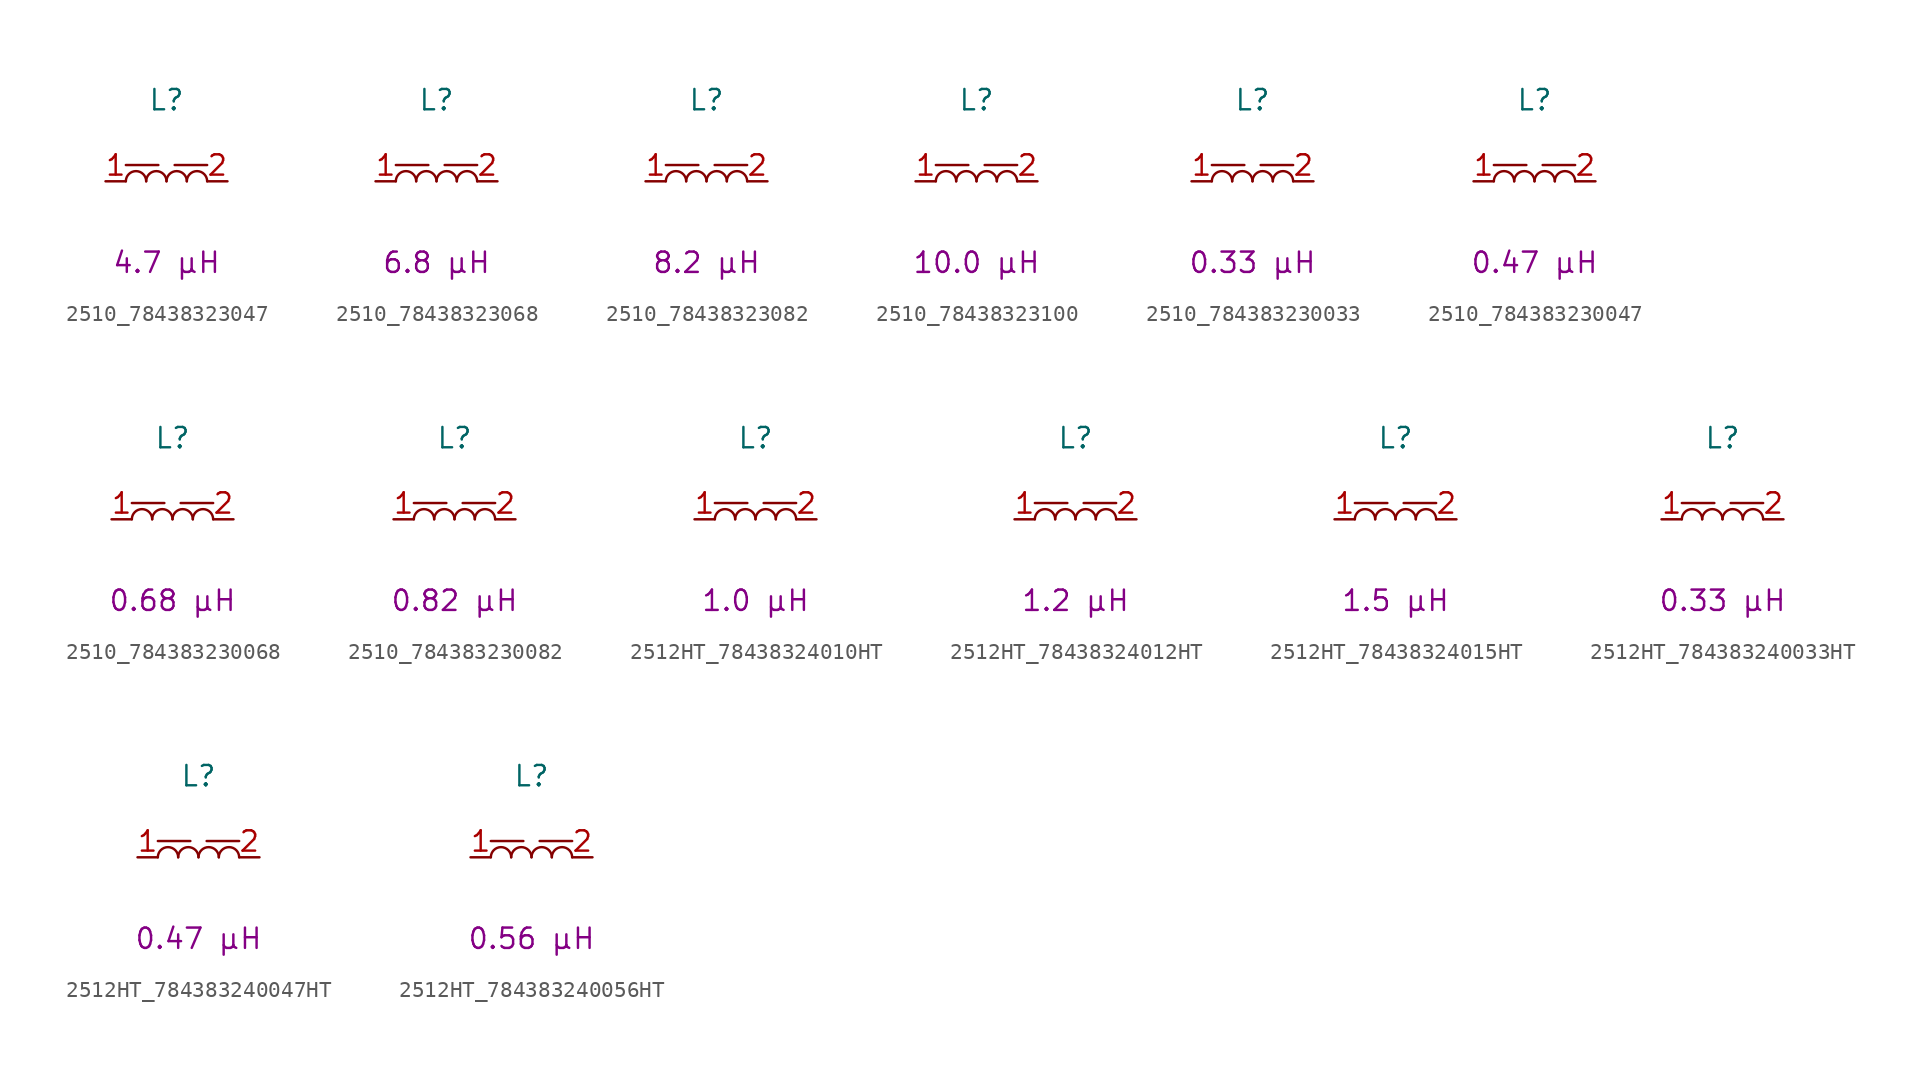
<source format=kicad_sym>
(kicad_symbol_lib
  (version 20220914)
  (generator kicad_symbol_editor)
  (symbol "2510_78438323047"
    (pin_names hide)
    (property "Reference" "L"
      (at 0 5.08 0)
      (effects (font (size 1.27 1.27))))
    (property "Critical Parameter" "4.7 µH"
      (at 0 -5.08 0)
      (effects (font (size 1.27 1.27))))
    (symbol "2510_78438323047_0_1"
      (arc (start -1.27 0) (mid -1.905 0.6323) (end -2.54 0) (stroke (width 0) (type default)) (fill (type none)))
      (arc (start 0 0) (mid -0.635 0.6323) (end -1.27 0) (stroke (width 0) (type default)) (fill (type none)))
      (polyline (pts (xy -2.54 1.016) (xy -0.508 1.016)) (stroke (width 0) (type default)) (fill (type none)))
      (arc (start 1.27 0) (mid 0.635 0.6323) (end 0 0) (stroke (width 0) (type default)) (fill (type none)))
      (arc (start 2.54 0) (mid 1.905 0.6323) (end 1.27 0) (stroke (width 0) (type default)) (fill (type none))))
    (symbol "2510_78438323047_1_1"
      (polyline (pts (xy 2.54 1.016) (xy 0.508 1.016)) (stroke (width 0) (type default)) (fill (type none)))
      (pin passive line (at -3.81 0 0) (length 1.27) (name "1" (effects (font (size 1.27 1.27)))) (number "1" (effects (font (size 1.27 1.27)))))
      (pin passive line (at 3.81 0 180) (length 1.27) (name "2" (effects (font (size 1.27 1.27)))) (number "2" (effects (font (size 1.27 1.27)))))))
  (symbol "2510_78438323068"
    (pin_names hide)
    (property "Reference" "L"
      (at 0 5.08 0)
      (effects (font (size 1.27 1.27))))
    (property "Critical Parameter" "6.8 µH"
      (at 0 -5.08 0)
      (effects (font (size 1.27 1.27))))
    (symbol "2510_78438323068_0_1"
      (arc (start -1.27 0) (mid -1.905 0.6323) (end -2.54 0) (stroke (width 0) (type default)) (fill (type none)))
      (arc (start 0 0) (mid -0.635 0.6323) (end -1.27 0) (stroke (width 0) (type default)) (fill (type none)))
      (polyline (pts (xy -2.54 1.016) (xy -0.508 1.016)) (stroke (width 0) (type default)) (fill (type none)))
      (arc (start 1.27 0) (mid 0.635 0.6323) (end 0 0) (stroke (width 0) (type default)) (fill (type none)))
      (arc (start 2.54 0) (mid 1.905 0.6323) (end 1.27 0) (stroke (width 0) (type default)) (fill (type none))))
    (symbol "2510_78438323068_1_1"
      (polyline (pts (xy 2.54 1.016) (xy 0.508 1.016)) (stroke (width 0) (type default)) (fill (type none)))
      (pin passive line (at -3.81 0 0) (length 1.27) (name "1" (effects (font (size 1.27 1.27)))) (number "1" (effects (font (size 1.27 1.27)))))
      (pin passive line (at 3.81 0 180) (length 1.27) (name "2" (effects (font (size 1.27 1.27)))) (number "2" (effects (font (size 1.27 1.27)))))))
  (symbol "2510_78438323082"
    (pin_names hide)
    (property "Reference" "L"
      (at 0 5.08 0)
      (effects (font (size 1.27 1.27))))
    (property "Critical Parameter" "8.2 µH"
      (at 0 -5.08 0)
      (effects (font (size 1.27 1.27))))
    (symbol "2510_78438323082_0_1"
      (arc (start -1.27 0) (mid -1.905 0.6323) (end -2.54 0) (stroke (width 0) (type default)) (fill (type none)))
      (arc (start 0 0) (mid -0.635 0.6323) (end -1.27 0) (stroke (width 0) (type default)) (fill (type none)))
      (polyline (pts (xy -2.54 1.016) (xy -0.508 1.016)) (stroke (width 0) (type default)) (fill (type none)))
      (arc (start 1.27 0) (mid 0.635 0.6323) (end 0 0) (stroke (width 0) (type default)) (fill (type none)))
      (arc (start 2.54 0) (mid 1.905 0.6323) (end 1.27 0) (stroke (width 0) (type default)) (fill (type none))))
    (symbol "2510_78438323082_1_1"
      (polyline (pts (xy 2.54 1.016) (xy 0.508 1.016)) (stroke (width 0) (type default)) (fill (type none)))
      (pin passive line (at -3.81 0 0) (length 1.27) (name "1" (effects (font (size 1.27 1.27)))) (number "1" (effects (font (size 1.27 1.27)))))
      (pin passive line (at 3.81 0 180) (length 1.27) (name "2" (effects (font (size 1.27 1.27)))) (number "2" (effects (font (size 1.27 1.27)))))))
  (symbol "2510_78438323100"
    (pin_names hide)
    (property "Reference" "L"
      (at 0 5.08 0)
      (effects (font (size 1.27 1.27))))
    (property "Critical Parameter" "10.0 µH"
      (at 0 -5.08 0)
      (effects (font (size 1.27 1.27))))
    (symbol "2510_78438323100_0_1"
      (arc (start -1.27 0) (mid -1.905 0.6323) (end -2.54 0) (stroke (width 0) (type default)) (fill (type none)))
      (arc (start 0 0) (mid -0.635 0.6323) (end -1.27 0) (stroke (width 0) (type default)) (fill (type none)))
      (polyline (pts (xy -2.54 1.016) (xy -0.508 1.016)) (stroke (width 0) (type default)) (fill (type none)))
      (arc (start 1.27 0) (mid 0.635 0.6323) (end 0 0) (stroke (width 0) (type default)) (fill (type none)))
      (arc (start 2.54 0) (mid 1.905 0.6323) (end 1.27 0) (stroke (width 0) (type default)) (fill (type none))))
    (symbol "2510_78438323100_1_1"
      (polyline (pts (xy 2.54 1.016) (xy 0.508 1.016)) (stroke (width 0) (type default)) (fill (type none)))
      (pin passive line (at -3.81 0 0) (length 1.27) (name "1" (effects (font (size 1.27 1.27)))) (number "1" (effects (font (size 1.27 1.27)))))
      (pin passive line (at 3.81 0 180) (length 1.27) (name "2" (effects (font (size 1.27 1.27)))) (number "2" (effects (font (size 1.27 1.27)))))))
  (symbol "2510_784383230033"
    (pin_names hide)
    (property "Reference" "L"
      (at 0 5.08 0)
      (effects (font (size 1.27 1.27))))
    (property "Critical Parameter" "0.33 µH"
      (at 0 -5.08 0)
      (effects (font (size 1.27 1.27))))
    (symbol "2510_784383230033_0_1"
      (arc (start -1.27 0) (mid -1.905 0.6323) (end -2.54 0) (stroke (width 0) (type default)) (fill (type none)))
      (arc (start 0 0) (mid -0.635 0.6323) (end -1.27 0) (stroke (width 0) (type default)) (fill (type none)))
      (polyline (pts (xy -2.54 1.016) (xy -0.508 1.016)) (stroke (width 0) (type default)) (fill (type none)))
      (arc (start 1.27 0) (mid 0.635 0.6323) (end 0 0) (stroke (width 0) (type default)) (fill (type none)))
      (arc (start 2.54 0) (mid 1.905 0.6323) (end 1.27 0) (stroke (width 0) (type default)) (fill (type none))))
    (symbol "2510_784383230033_1_1"
      (polyline (pts (xy 2.54 1.016) (xy 0.508 1.016)) (stroke (width 0) (type default)) (fill (type none)))
      (pin passive line (at -3.81 0 0) (length 1.27) (name "1" (effects (font (size 1.27 1.27)))) (number "1" (effects (font (size 1.27 1.27)))))
      (pin passive line (at 3.81 0 180) (length 1.27) (name "2" (effects (font (size 1.27 1.27)))) (number "2" (effects (font (size 1.27 1.27)))))))
  (symbol "2510_784383230047"
    (pin_names hide)
    (property "Reference" "L"
      (at 0 5.08 0)
      (effects (font (size 1.27 1.27))))
    (property "Critical Parameter" "0.47 µH"
      (at 0 -5.08 0)
      (effects (font (size 1.27 1.27))))
    (symbol "2510_784383230047_0_1"
      (arc (start -1.27 0) (mid -1.905 0.6323) (end -2.54 0) (stroke (width 0) (type default)) (fill (type none)))
      (arc (start 0 0) (mid -0.635 0.6323) (end -1.27 0) (stroke (width 0) (type default)) (fill (type none)))
      (polyline (pts (xy -2.54 1.016) (xy -0.508 1.016)) (stroke (width 0) (type default)) (fill (type none)))
      (arc (start 1.27 0) (mid 0.635 0.6323) (end 0 0) (stroke (width 0) (type default)) (fill (type none)))
      (arc (start 2.54 0) (mid 1.905 0.6323) (end 1.27 0) (stroke (width 0) (type default)) (fill (type none))))
    (symbol "2510_784383230047_1_1"
      (polyline (pts (xy 2.54 1.016) (xy 0.508 1.016)) (stroke (width 0) (type default)) (fill (type none)))
      (pin passive line (at -3.81 0 0) (length 1.27) (name "1" (effects (font (size 1.27 1.27)))) (number "1" (effects (font (size 1.27 1.27)))))
      (pin passive line (at 3.81 0 180) (length 1.27) (name "2" (effects (font (size 1.27 1.27)))) (number "2" (effects (font (size 1.27 1.27)))))))
  (symbol "2510_784383230068"
    (pin_names hide)
    (property "Reference" "L"
      (at 0 5.08 0)
      (effects (font (size 1.27 1.27))))
    (property "Critical Parameter" "0.68 µH"
      (at 0 -5.08 0)
      (effects (font (size 1.27 1.27))))
    (symbol "2510_784383230068_0_1"
      (arc (start -1.27 0) (mid -1.905 0.6323) (end -2.54 0) (stroke (width 0) (type default)) (fill (type none)))
      (arc (start 0 0) (mid -0.635 0.6323) (end -1.27 0) (stroke (width 0) (type default)) (fill (type none)))
      (polyline (pts (xy -2.54 1.016) (xy -0.508 1.016)) (stroke (width 0) (type default)) (fill (type none)))
      (arc (start 1.27 0) (mid 0.635 0.6323) (end 0 0) (stroke (width 0) (type default)) (fill (type none)))
      (arc (start 2.54 0) (mid 1.905 0.6323) (end 1.27 0) (stroke (width 0) (type default)) (fill (type none))))
    (symbol "2510_784383230068_1_1"
      (polyline (pts (xy 2.54 1.016) (xy 0.508 1.016)) (stroke (width 0) (type default)) (fill (type none)))
      (pin passive line (at -3.81 0 0) (length 1.27) (name "1" (effects (font (size 1.27 1.27)))) (number "1" (effects (font (size 1.27 1.27)))))
      (pin passive line (at 3.81 0 180) (length 1.27) (name "2" (effects (font (size 1.27 1.27)))) (number "2" (effects (font (size 1.27 1.27)))))))
  (symbol "2510_784383230082"
    (pin_names hide)
    (property "Reference" "L"
      (at 0 5.08 0)
      (effects (font (size 1.27 1.27))))
    (property "Critical Parameter" "0.82 µH"
      (at 0 -5.08 0)
      (effects (font (size 1.27 1.27))))
    (symbol "2510_784383230082_0_1"
      (arc (start -1.27 0) (mid -1.905 0.6323) (end -2.54 0) (stroke (width 0) (type default)) (fill (type none)))
      (arc (start 0 0) (mid -0.635 0.6323) (end -1.27 0) (stroke (width 0) (type default)) (fill (type none)))
      (polyline (pts (xy -2.54 1.016) (xy -0.508 1.016)) (stroke (width 0) (type default)) (fill (type none)))
      (arc (start 1.27 0) (mid 0.635 0.6323) (end 0 0) (stroke (width 0) (type default)) (fill (type none)))
      (arc (start 2.54 0) (mid 1.905 0.6323) (end 1.27 0) (stroke (width 0) (type default)) (fill (type none))))
    (symbol "2510_784383230082_1_1"
      (polyline (pts (xy 2.54 1.016) (xy 0.508 1.016)) (stroke (width 0) (type default)) (fill (type none)))
      (pin passive line (at -3.81 0 0) (length 1.27) (name "1" (effects (font (size 1.27 1.27)))) (number "1" (effects (font (size 1.27 1.27)))))
      (pin passive line (at 3.81 0 180) (length 1.27) (name "2" (effects (font (size 1.27 1.27)))) (number "2" (effects (font (size 1.27 1.27)))))))
  (symbol "2512HT_78438324010HT"
    (pin_names hide)
    (property "Reference" "L"
      (at 0 5.08 0)
      (effects (font (size 1.27 1.27))))
    (property "Critical Parameter" "1.0 µH"
      (at 0 -5.08 0)
      (effects (font (size 1.27 1.27))))
    (symbol "2512HT_78438324010HT_0_1"
      (arc (start -1.27 0) (mid -1.905 0.6323) (end -2.54 0) (stroke (width 0) (type default)) (fill (type none)))
      (arc (start 0 0) (mid -0.635 0.6323) (end -1.27 0) (stroke (width 0) (type default)) (fill (type none)))
      (polyline (pts (xy -2.54 1.016) (xy -0.508 1.016)) (stroke (width 0) (type default)) (fill (type none)))
      (arc (start 1.27 0) (mid 0.635 0.6323) (end 0 0) (stroke (width 0) (type default)) (fill (type none)))
      (arc (start 2.54 0) (mid 1.905 0.6323) (end 1.27 0) (stroke (width 0) (type default)) (fill (type none))))
    (symbol "2512HT_78438324010HT_1_1"
      (polyline (pts (xy 2.54 1.016) (xy 0.508 1.016)) (stroke (width 0) (type default)) (fill (type none)))
      (pin passive line (at -3.81 0 0) (length 1.27) (name "1" (effects (font (size 1.27 1.27)))) (number "1" (effects (font (size 1.27 1.27)))))
      (pin passive line (at 3.81 0 180) (length 1.27) (name "2" (effects (font (size 1.27 1.27)))) (number "2" (effects (font (size 1.27 1.27)))))))
  (symbol "2512HT_78438324012HT"
    (pin_names hide)
    (property "Reference" "L"
      (at 0 5.08 0)
      (effects (font (size 1.27 1.27))))
    (property "Critical Parameter" "1.2 µH"
      (at 0 -5.08 0)
      (effects (font (size 1.27 1.27))))
    (symbol "2512HT_78438324012HT_0_1"
      (arc (start -1.27 0) (mid -1.905 0.6323) (end -2.54 0) (stroke (width 0) (type default)) (fill (type none)))
      (arc (start 0 0) (mid -0.635 0.6323) (end -1.27 0) (stroke (width 0) (type default)) (fill (type none)))
      (polyline (pts (xy -2.54 1.016) (xy -0.508 1.016)) (stroke (width 0) (type default)) (fill (type none)))
      (arc (start 1.27 0) (mid 0.635 0.6323) (end 0 0) (stroke (width 0) (type default)) (fill (type none)))
      (arc (start 2.54 0) (mid 1.905 0.6323) (end 1.27 0) (stroke (width 0) (type default)) (fill (type none))))
    (symbol "2512HT_78438324012HT_1_1"
      (polyline (pts (xy 2.54 1.016) (xy 0.508 1.016)) (stroke (width 0) (type default)) (fill (type none)))
      (pin passive line (at -3.81 0 0) (length 1.27) (name "1" (effects (font (size 1.27 1.27)))) (number "1" (effects (font (size 1.27 1.27)))))
      (pin passive line (at 3.81 0 180) (length 1.27) (name "2" (effects (font (size 1.27 1.27)))) (number "2" (effects (font (size 1.27 1.27)))))))
  (symbol "2512HT_78438324015HT"
    (pin_names hide)
    (property "Reference" "L"
      (at 0 5.08 0)
      (effects (font (size 1.27 1.27))))
    (property "Critical Parameter" "1.5 µH"
      (at 0 -5.08 0)
      (effects (font (size 1.27 1.27))))
    (symbol "2512HT_78438324015HT_0_1"
      (arc (start -1.27 0) (mid -1.905 0.6323) (end -2.54 0) (stroke (width 0) (type default)) (fill (type none)))
      (arc (start 0 0) (mid -0.635 0.6323) (end -1.27 0) (stroke (width 0) (type default)) (fill (type none)))
      (polyline (pts (xy -2.54 1.016) (xy -0.508 1.016)) (stroke (width 0) (type default)) (fill (type none)))
      (arc (start 1.27 0) (mid 0.635 0.6323) (end 0 0) (stroke (width 0) (type default)) (fill (type none)))
      (arc (start 2.54 0) (mid 1.905 0.6323) (end 1.27 0) (stroke (width 0) (type default)) (fill (type none))))
    (symbol "2512HT_78438324015HT_1_1"
      (polyline (pts (xy 2.54 1.016) (xy 0.508 1.016)) (stroke (width 0) (type default)) (fill (type none)))
      (pin passive line (at -3.81 0 0) (length 1.27) (name "1" (effects (font (size 1.27 1.27)))) (number "1" (effects (font (size 1.27 1.27)))))
      (pin passive line (at 3.81 0 180) (length 1.27) (name "2" (effects (font (size 1.27 1.27)))) (number "2" (effects (font (size 1.27 1.27)))))))
  (symbol "2512HT_784383240033HT"
    (pin_names hide)
    (property "Reference" "L"
      (at 0 5.08 0)
      (effects (font (size 1.27 1.27))))
    (property "Critical Parameter" "0.33 µH"
      (at 0 -5.08 0)
      (effects (font (size 1.27 1.27))))
    (symbol "2512HT_784383240033HT_0_1"
      (arc (start -1.27 0) (mid -1.905 0.6323) (end -2.54 0) (stroke (width 0) (type default)) (fill (type none)))
      (arc (start 0 0) (mid -0.635 0.6323) (end -1.27 0) (stroke (width 0) (type default)) (fill (type none)))
      (polyline (pts (xy -2.54 1.016) (xy -0.508 1.016)) (stroke (width 0) (type default)) (fill (type none)))
      (arc (start 1.27 0) (mid 0.635 0.6323) (end 0 0) (stroke (width 0) (type default)) (fill (type none)))
      (arc (start 2.54 0) (mid 1.905 0.6323) (end 1.27 0) (stroke (width 0) (type default)) (fill (type none))))
    (symbol "2512HT_784383240033HT_1_1"
      (polyline (pts (xy 2.54 1.016) (xy 0.508 1.016)) (stroke (width 0) (type default)) (fill (type none)))
      (pin passive line (at -3.81 0 0) (length 1.27) (name "1" (effects (font (size 1.27 1.27)))) (number "1" (effects (font (size 1.27 1.27)))))
      (pin passive line (at 3.81 0 180) (length 1.27) (name "2" (effects (font (size 1.27 1.27)))) (number "2" (effects (font (size 1.27 1.27)))))))
  (symbol "2512HT_784383240047HT"
    (pin_names hide)
    (property "Reference" "L"
      (at 0 5.08 0)
      (effects (font (size 1.27 1.27))))
    (property "Critical Parameter" "0.47 µH"
      (at 0 -5.08 0)
      (effects (font (size 1.27 1.27))))
    (symbol "2512HT_784383240047HT_0_1"
      (arc (start -1.27 0) (mid -1.905 0.6323) (end -2.54 0) (stroke (width 0) (type default)) (fill (type none)))
      (arc (start 0 0) (mid -0.635 0.6323) (end -1.27 0) (stroke (width 0) (type default)) (fill (type none)))
      (polyline (pts (xy -2.54 1.016) (xy -0.508 1.016)) (stroke (width 0) (type default)) (fill (type none)))
      (arc (start 1.27 0) (mid 0.635 0.6323) (end 0 0) (stroke (width 0) (type default)) (fill (type none)))
      (arc (start 2.54 0) (mid 1.905 0.6323) (end 1.27 0) (stroke (width 0) (type default)) (fill (type none))))
    (symbol "2512HT_784383240047HT_1_1"
      (polyline (pts (xy 2.54 1.016) (xy 0.508 1.016)) (stroke (width 0) (type default)) (fill (type none)))
      (pin passive line (at -3.81 0 0) (length 1.27) (name "1" (effects (font (size 1.27 1.27)))) (number "1" (effects (font (size 1.27 1.27)))))
      (pin passive line (at 3.81 0 180) (length 1.27) (name "2" (effects (font (size 1.27 1.27)))) (number "2" (effects (font (size 1.27 1.27)))))))
  (symbol "2512HT_784383240056HT"
    (pin_names hide)
    (property "Reference" "L"
      (at 0 5.08 0)
      (effects (font (size 1.27 1.27))))
    (property "Critical Parameter" "0.56 µH"
      (at 0 -5.08 0)
      (effects (font (size 1.27 1.27))))
    (symbol "2512HT_784383240056HT_0_1"
      (arc (start -1.27 0) (mid -1.905 0.6323) (end -2.54 0) (stroke (width 0) (type default)) (fill (type none)))
      (arc (start 0 0) (mid -0.635 0.6323) (end -1.27 0) (stroke (width 0) (type default)) (fill (type none)))
      (polyline (pts (xy -2.54 1.016) (xy -0.508 1.016)) (stroke (width 0) (type default)) (fill (type none)))
      (arc (start 1.27 0) (mid 0.635 0.6323) (end 0 0) (stroke (width 0) (type default)) (fill (type none)))
      (arc (start 2.54 0) (mid 1.905 0.6323) (end 1.27 0) (stroke (width 0) (type default)) (fill (type none))))
    (symbol "2512HT_784383240056HT_1_1"
      (polyline (pts (xy 2.54 1.016) (xy 0.508 1.016)) (stroke (width 0) (type default)) (fill (type none)))
      (pin passive line (at -3.81 0 0) (length 1.27) (name "1" (effects (font (size 1.27 1.27)))) (number "1" (effects (font (size 1.27 1.27)))))
      (pin passive line (at 3.81 0 180) (length 1.27) (name "2" (effects (font (size 1.27 1.27)))) (number "2" (effects (font (size 1.27 1.27))))))))
</source>
